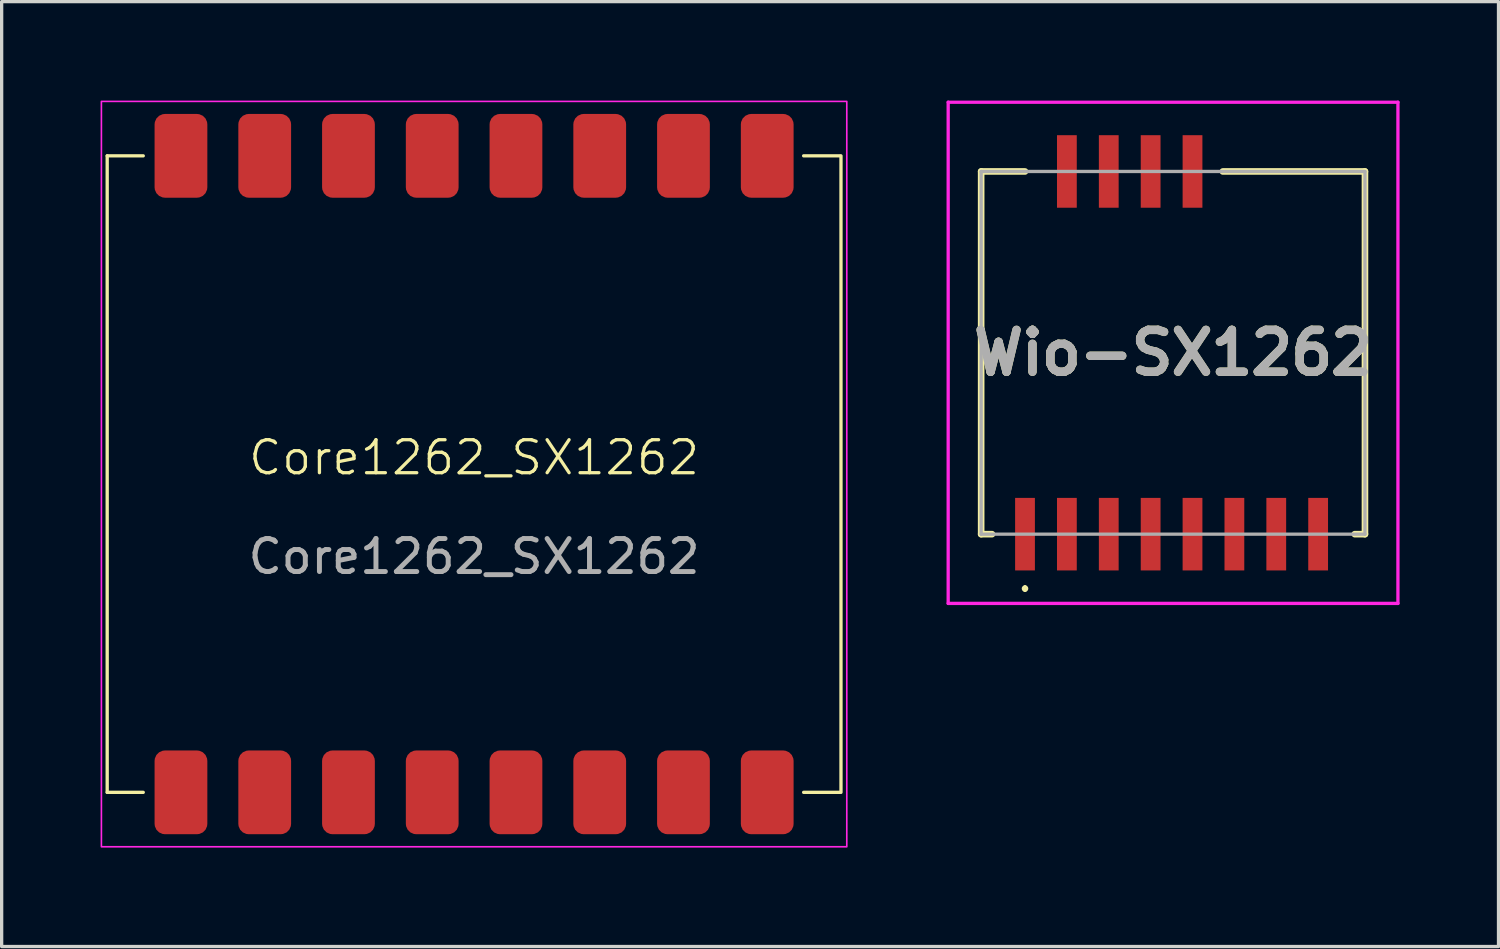
<source format=kicad_pcb>
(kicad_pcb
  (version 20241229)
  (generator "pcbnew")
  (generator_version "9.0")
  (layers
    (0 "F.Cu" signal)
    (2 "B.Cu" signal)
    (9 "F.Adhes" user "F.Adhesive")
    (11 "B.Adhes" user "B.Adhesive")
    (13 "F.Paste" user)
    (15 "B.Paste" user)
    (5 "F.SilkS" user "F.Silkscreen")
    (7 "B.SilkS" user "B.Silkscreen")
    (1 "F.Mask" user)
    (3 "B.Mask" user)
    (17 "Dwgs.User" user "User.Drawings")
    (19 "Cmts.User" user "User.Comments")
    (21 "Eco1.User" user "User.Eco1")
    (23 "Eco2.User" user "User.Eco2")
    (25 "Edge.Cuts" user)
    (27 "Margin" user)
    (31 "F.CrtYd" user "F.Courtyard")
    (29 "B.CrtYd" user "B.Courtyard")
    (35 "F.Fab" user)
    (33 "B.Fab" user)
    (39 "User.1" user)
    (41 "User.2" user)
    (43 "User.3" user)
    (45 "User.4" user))
  (footprint "Core1262_SX1262"
    (layer "F.Cu")
    (at 11.328 11.328)
    (property "Reference" "Core1262_SX1262" (at 0 -0.5 0) (unlocked yes) (layer "F.SilkS") (effects (font (size 1 1) (thickness 0.1))))
    (attr smd)
    (fp_line (start -11.127 -9.652) (end -11.127 9.652) (stroke (width 0.1) (type default)) (layer "F.SilkS"))
    (fp_line (start -11.127 -9.652) (end -10.033 -9.652) (stroke (width 0.1) (type default)) (layer "F.SilkS"))
    (fp_line (start -10.033 9.652) (end -11.127 9.652) (stroke (width 0.1) (type default)) (layer "F.SilkS"))
    (fp_line (start 9.994 -9.652) (end 11.088 -9.652) (stroke (width 0.1) (type default)) (layer "F.SilkS"))
    (fp_line (start 9.994 9.652) (end 11.088 9.652) (stroke (width 0.1) (type default)) (layer "F.SilkS"))
    (fp_line (start 11.127 -9.652) (end 11.127 9.652) (stroke (width 0.1) (type default)) (layer "F.SilkS"))
    (fp_rect (start -11.303 -11.303) (end 11.303 11.303) (stroke (width 0.05) (type default)) (fill no) (layer "F.CrtYd"))
    (fp_text user "${REFERENCE}" (at 0 2.5 0) (unlocked yes) (layer "F.Fab") (effects (font (size 1 1) (thickness 0.15))))
    (pad "1" smd roundrect (at 8.89 -9.652) (size 1.6 2.54) (layers "F.Cu" "F.Mask" "F.Paste") (roundrect_rratio 0.197))
    (pad "2" smd roundrect (at 6.35 -9.652) (size 1.6 2.54) (layers "F.Cu" "F.Mask" "F.Paste") (roundrect_rratio 0.197))
    (pad "3" smd roundrect (at 3.81 -9.652) (size 1.6 2.54) (layers "F.Cu" "F.Mask" "F.Paste") (roundrect_rratio 0.197))
    (pad "4" smd roundrect (at 1.27 -9.652) (size 1.6 2.54) (layers "F.Cu" "F.Mask" "F.Paste") (roundrect_rratio 0.197))
    (pad "5" smd roundrect (at -1.27 -9.652) (size 1.6 2.54) (layers "F.Cu" "F.Mask" "F.Paste") (roundrect_rratio 0.197))
    (pad "6" smd roundrect (at -3.81 -9.652) (size 1.6 2.54) (layers "F.Cu" "F.Mask" "F.Paste") (roundrect_rratio 0.197))
    (pad "7" smd roundrect (at -6.35 -9.652) (size 1.6 2.54) (layers "F.Cu" "F.Mask" "F.Paste") (roundrect_rratio 0.197))
    (pad "8" smd roundrect (at -8.89 -9.652) (size 1.6 2.54) (layers "F.Cu" "F.Mask" "F.Paste") (roundrect_rratio 0.197))
    (pad "9" smd roundrect (at 8.89 9.652) (size 1.6 2.54) (layers "F.Cu" "F.Mask" "F.Paste") (roundrect_rratio 0.197))
    (pad "10" smd roundrect (at 6.35 9.652) (size 1.6 2.54) (layers "F.Cu" "F.Mask" "F.Paste") (roundrect_rratio 0.197))
    (pad "11" smd roundrect (at 3.81 9.652) (size 1.6 2.54) (layers "F.Cu" "F.Mask" "F.Paste") (roundrect_rratio 0.197))
    (pad "12" smd roundrect (at 1.27 9.652) (size 1.6 2.54) (layers "F.Cu" "F.Mask" "F.Paste") (roundrect_rratio 0.197))
    (pad "13" smd roundrect (at -1.27 9.652) (size 1.6 2.54) (layers "F.Cu" "F.Mask" "F.Paste") (roundrect_rratio 0.197))
    (pad "14" smd roundrect (at -3.81 9.652) (size 1.6 2.54) (layers "F.Cu" "F.Mask" "F.Paste") (roundrect_rratio 0.197))
    (pad "15" smd roundrect (at -6.35 9.652) (size 1.6 2.54) (layers "F.Cu" "F.Mask" "F.Paste") (roundrect_rratio 0.197))
    (pad "16" smd roundrect (at -8.89 9.652) (size 1.6 2.54) (layers "F.Cu" "F.Mask" "F.Paste") (roundrect_rratio 0.197)))
  (footprint "Wio-SX1262"
    (layer "F.Cu")
    (at 32.526 7.65)
    (property "Reference" "Wio-SX1262" (at 0 0 0) (layer "F.SilkS") (effects (font (size 1.27 1.27) (thickness 0.254))))
    (attr smd)
    (fp_line (start -5.82 -5.5) (end -4.49 -5.5) (stroke (width 0.2) (type solid)) (layer "F.SilkS"))
    (fp_line (start -5.82 5.5) (end -5.82 -5.5) (stroke (width 0.2) (type solid)) (layer "F.SilkS"))
    (fp_line (start -5.49 5.5) (end -5.82 5.5) (stroke (width 0.2) (type solid)) (layer "F.SilkS"))
    (fp_line (start -4.49 7.1) (end -4.49 7.1) (stroke (width 0.1) (type solid)) (layer "F.SilkS"))
    (fp_line (start -4.49 7.2) (end -4.49 7.2) (stroke (width 0.1) (type solid)) (layer "F.SilkS"))
    (fp_line (start 1.51 -5.5) (end 5.82 -5.5) (stroke (width 0.2) (type solid)) (layer "F.SilkS"))
    (fp_line (start 5.82 -5.5) (end 5.82 5.5) (stroke (width 0.2) (type solid)) (layer "F.SilkS"))
    (fp_line (start 5.82 5.5) (end 5.51 5.5) (stroke (width 0.2) (type solid)) (layer "F.SilkS"))
    (fp_arc (start -4.49 7.1) (mid -4.44 7.15) (end -4.49 7.2) (stroke (width 0.1) (type solid)) (layer "F.SilkS"))
    (fp_arc (start -4.49 7.2) (mid -4.54 7.15) (end -4.49 7.1) (stroke (width 0.1) (type solid)) (layer "F.SilkS"))
    (fp_line (start -6.82 -7.6) (end 6.82 -7.6) (stroke (width 0.1) (type solid)) (layer "F.CrtYd"))
    (fp_line (start -6.82 7.6) (end -6.82 -7.6) (stroke (width 0.1) (type solid)) (layer "F.CrtYd"))
    (fp_line (start 6.82 -7.6) (end 6.82 7.6) (stroke (width 0.1) (type solid)) (layer "F.CrtYd"))
    (fp_line (start 6.82 7.6) (end -6.82 7.6) (stroke (width 0.1) (type solid)) (layer "F.CrtYd"))
    (fp_line (start -5.82 -5.5) (end 5.82 -5.5) (stroke (width 0.1) (type solid)) (layer "F.Fab"))
    (fp_line (start -5.82 5.5) (end -5.82 -5.5) (stroke (width 0.1) (type solid)) (layer "F.Fab"))
    (fp_line (start 5.82 -5.5) (end 5.82 5.5) (stroke (width 0.1) (type solid)) (layer "F.Fab"))
    (fp_line (start 5.82 5.5) (end -5.82 5.5) (stroke (width 0.1) (type solid)) (layer "F.Fab"))
    (fp_text user "${REFERENCE}" (at 0 0 0) (layer "F.Fab") (effects (font (size 1.27 1.27) (thickness 0.254))))
    (pad "1" smd rect (at -4.49 5.5) (size 0.6 2.2) (layers "F.Cu" "F.Mask" "F.Paste"))
    (pad "2" smd rect (at -3.22 5.5) (size 0.6 2.2) (layers "F.Cu" "F.Mask" "F.Paste"))
    (pad "3" smd rect (at -1.95 5.5) (size 0.6 2.2) (layers "F.Cu" "F.Mask" "F.Paste"))
    (pad "4" smd rect (at -0.68 5.5) (size 0.6 2.2) (layers "F.Cu" "F.Mask" "F.Paste"))
    (pad "5" smd rect (at 0.59 5.5) (size 0.6 2.2) (layers "F.Cu" "F.Mask" "F.Paste"))
    (pad "6" smd rect (at 1.86 5.5) (size 0.6 2.2) (layers "F.Cu" "F.Mask" "F.Paste"))
    (pad "7" smd rect (at 3.13 5.5) (size 0.6 2.2) (layers "F.Cu" "F.Mask" "F.Paste"))
    (pad "8" smd rect (at 4.4 5.5) (size 0.6 2.2) (layers "F.Cu" "F.Mask" "F.Paste"))
    (pad "9" smd rect (at 0.59 -5.5) (size 0.6 2.2) (layers "F.Cu" "F.Mask" "F.Paste"))
    (pad "10" smd rect (at -0.68 -5.5) (size 0.6 2.2) (layers "F.Cu" "F.Mask" "F.Paste"))
    (pad "11" smd rect (at -1.95 -5.5) (size 0.6 2.2) (layers "F.Cu" "F.Mask" "F.Paste"))
    (pad "12" smd rect (at -3.22 -5.5) (size 0.6 2.2) (layers "F.Cu" "F.Mask" "F.Paste")))
  (gr_rect
    (start -3 -3)
    (end 42.396 25.656)
    (stroke (width 0.1) (type default))
    (fill no)
    (layer "Edge.Cuts")))
</source>
